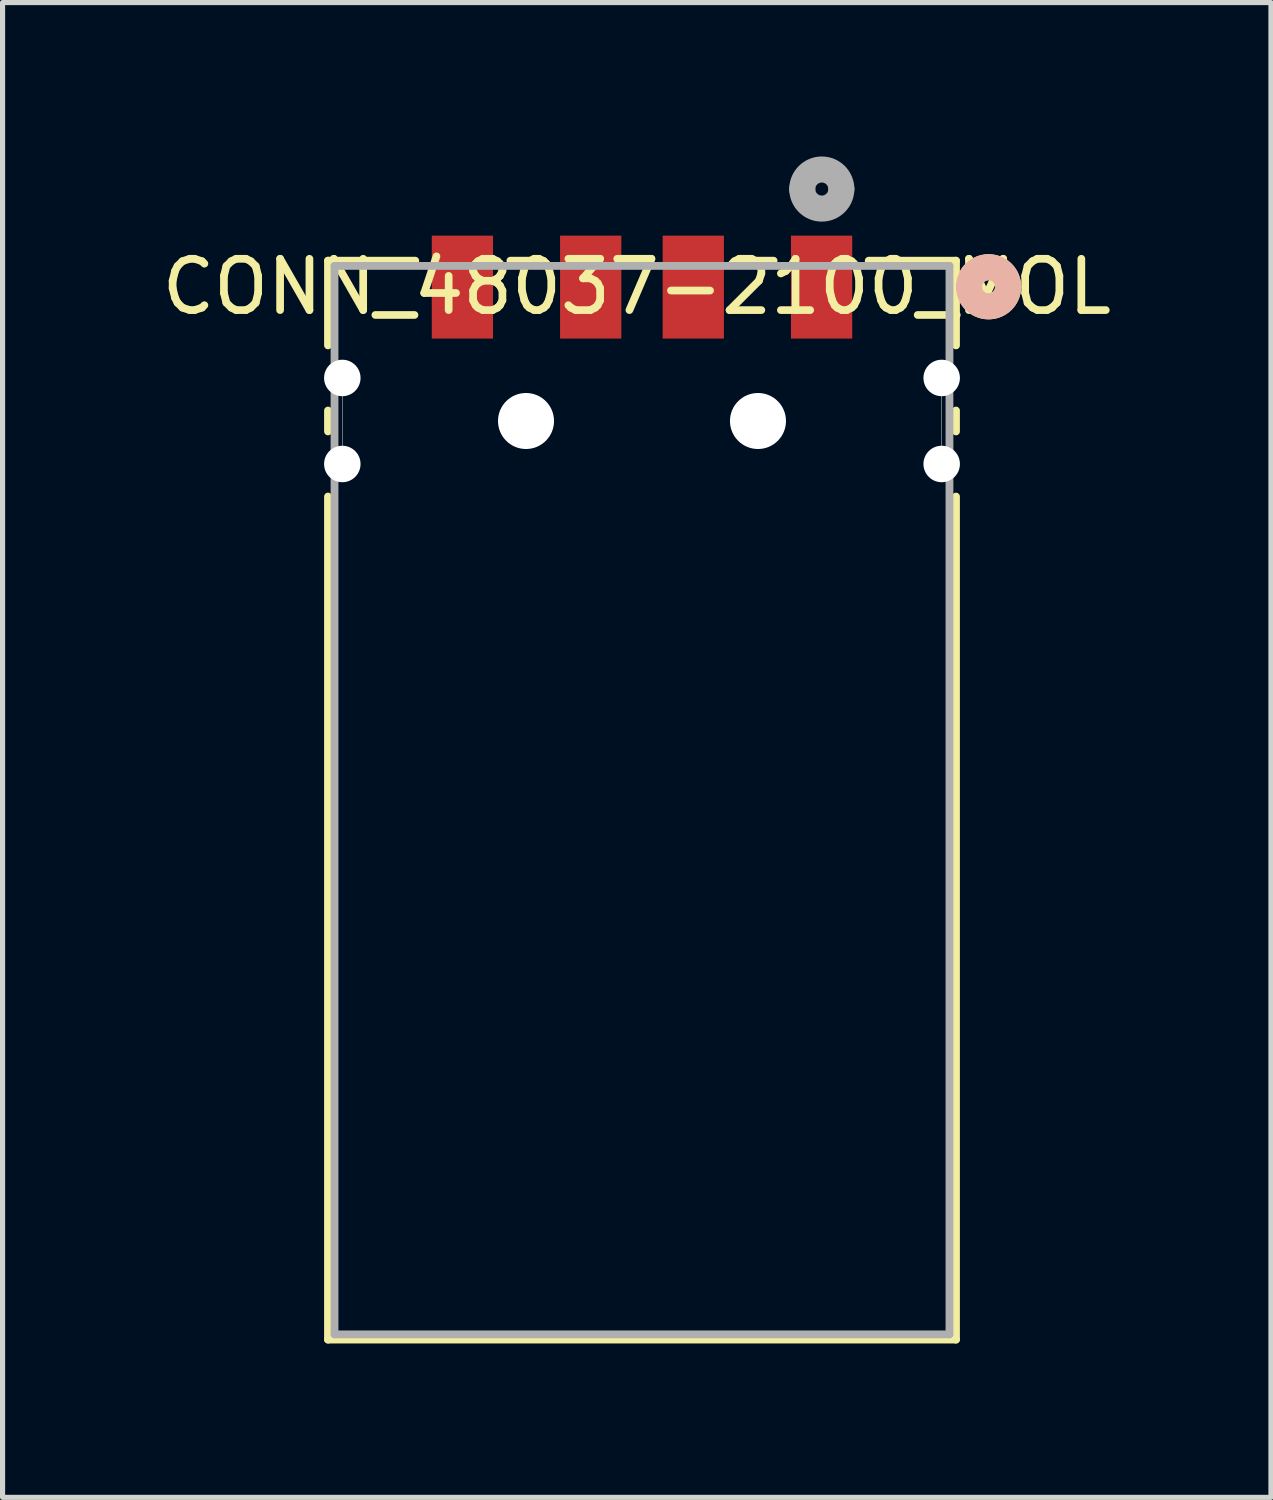
<source format=kicad_pcb>
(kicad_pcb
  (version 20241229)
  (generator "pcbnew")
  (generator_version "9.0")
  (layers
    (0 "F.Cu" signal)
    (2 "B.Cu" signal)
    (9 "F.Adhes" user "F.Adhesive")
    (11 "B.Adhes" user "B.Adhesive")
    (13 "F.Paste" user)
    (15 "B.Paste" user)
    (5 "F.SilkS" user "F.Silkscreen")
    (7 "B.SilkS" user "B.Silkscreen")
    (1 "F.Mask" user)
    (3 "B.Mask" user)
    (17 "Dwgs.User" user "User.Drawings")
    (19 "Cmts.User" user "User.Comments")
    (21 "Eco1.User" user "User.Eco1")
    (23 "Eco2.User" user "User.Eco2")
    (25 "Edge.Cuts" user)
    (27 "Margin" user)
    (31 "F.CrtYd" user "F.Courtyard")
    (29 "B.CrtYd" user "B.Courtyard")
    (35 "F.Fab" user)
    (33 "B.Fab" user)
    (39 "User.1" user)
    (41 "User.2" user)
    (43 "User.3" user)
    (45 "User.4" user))
  (footprint "CONN_48037-2100_MOL"
    (layer "F.Cu")
    (at 9.465 12.548)
    (property "Reference" "CONN_48037-2100_MOL" (at -0.102 -10.008 0) (layer "F.SilkS") (effects (font (size 1 1) (thickness 0.15))))
    (attr through_hole)
    (fp_line (start -6.121 -10.516) (end -4.42 -10.516) (stroke (width 0.152) (type solid)) (layer "F.SilkS"))
    (fp_line (start -6.121 -8.865) (end -6.121 -10.516) (stroke (width 0.152) (type solid)) (layer "F.SilkS"))
    (fp_line (start -6.121 -7.188) (end -6.121 -7.595) (stroke (width 0.152) (type solid)) (layer "F.SilkS"))
    (fp_line (start -6.121 10.516) (end -6.121 -5.918) (stroke (width 0.152) (type solid)) (layer "F.SilkS"))
    (fp_line (start -2.565 -10.516) (end -1.93 -10.516) (stroke (width 0.152) (type solid)) (layer "F.SilkS"))
    (fp_line (start 1.93 -10.516) (end 2.565 -10.516) (stroke (width 0.152) (type solid)) (layer "F.SilkS"))
    (fp_line (start 4.42 -10.516) (end 6.121 -10.516) (stroke (width 0.152) (type solid)) (layer "F.SilkS"))
    (fp_line (start 6.121 -10.516) (end 6.121 -8.865) (stroke (width 0.152) (type solid)) (layer "F.SilkS"))
    (fp_line (start 6.121 -7.595) (end 6.121 -7.188) (stroke (width 0.152) (type solid)) (layer "F.SilkS"))
    (fp_line (start 6.121 -5.918) (end 6.121 10.516) (stroke (width 0.152) (type solid)) (layer "F.SilkS"))
    (fp_line (start 6.121 10.516) (end -6.121 10.516) (stroke (width 0.152) (type solid)) (layer "F.SilkS"))
    (fp_arc (start 6.3754 -10.0076) (mid 6.7564 -10.3886) (end 7.1374 -10.0076) (stroke (width 0.508) (type solid)) (layer "F.SilkS"))
    (fp_arc (start 7.1374 -10.0076) (mid 6.7564 -9.6266) (end 6.3754 -10.0076) (stroke (width 0.508) (type solid)) (layer "F.SilkS"))
    (fp_arc (start 6.3754 -10.0076) (mid 6.7564 -10.3886) (end 7.1374 -10.0076) (stroke (width 0.508) (type solid)) (layer "B.SilkS"))
    (fp_arc (start 7.1374 -10.0076) (mid 6.7564 -9.6266) (end 6.3754 -10.0076) (stroke (width 0.508) (type solid)) (layer "B.SilkS"))
    (fp_line (start -5.842 -6.553) (end -5.842 -8.23) (stroke (width 0.01) (type solid)) (layer "Edge.Cuts"))
    (fp_line (start 5.842 -6.553) (end 5.842 -8.23) (stroke (width 0.01) (type solid)) (layer "Edge.Cuts"))
    (fp_line (start -5.994 -10.414) (end -5.994 10.414) (stroke (width 0.152) (type solid)) (layer "F.Fab"))
    (fp_line (start -5.994 10.414) (end 5.994 10.414) (stroke (width 0.152) (type solid)) (layer "F.Fab"))
    (fp_line (start 5.994 -10.414) (end -5.994 -10.414) (stroke (width 0.152) (type solid)) (layer "F.Fab"))
    (fp_line (start 5.994 10.414) (end 5.994 -10.414) (stroke (width 0.152) (type solid)) (layer "F.Fab"))
    (fp_arc (start 3.1242 -11.9126) (mid 3.5052 -12.2936) (end 3.8862 -11.9126) (stroke (width 0.508) (type solid)) (layer "F.Fab"))
    (fp_arc (start 3.8862 -11.9126) (mid 3.5052 -11.5316) (end 3.1242 -11.9126) (stroke (width 0.508) (type solid)) (layer "F.Fab"))
    (pad "" np_thru_hole circle (at -5.842 -8.23) (size 0.711 0.711) (drill 0.711) (layers "*.Cu" "*.Mask"))
    (pad "" np_thru_hole circle (at -5.842 -6.553) (size 0.711 0.711) (drill 0.711) (layers "*.Cu" "*.Mask"))
    (pad "" np_thru_hole circle (at -2.261 -7.391) (size 1.092 1.092) (drill 1.092) (layers "*.Cu" "*.Mask"))
    (pad "" np_thru_hole circle (at 2.261 -7.391) (size 1.092 1.092) (drill 1.092) (layers "*.Cu" "*.Mask"))
    (pad "" np_thru_hole circle (at 5.842 -8.23) (size 0.711 0.711) (drill 0.711) (layers "*.Cu" "*.Mask"))
    (pad "" np_thru_hole circle (at 5.842 -6.553) (size 0.711 0.711) (drill 0.711) (layers "*.Cu" "*.Mask"))
    (pad "1" smd rect (at 3.501 -10.001) (size 1.194 2.007) (layers "F.Cu" "F.Mask" "F.Paste"))
    (pad "2" smd rect (at 1 -10.001) (size 1.194 2.007) (layers "F.Cu" "F.Mask" "F.Paste"))
    (pad "3" smd rect (at -1 -10.001) (size 1.194 2.007) (layers "F.Cu" "F.Mask" "F.Paste"))
    (pad "4" smd rect (at -3.501 -10.001) (size 1.194 2.007) (layers "F.Cu" "F.Mask" "F.Paste")))
  (gr_rect
    (start -3 -3)
    (end 21.726 26.139)
    (stroke (width 0.1) (type default))
    (fill no)
    (layer "Edge.Cuts")))
</source>
